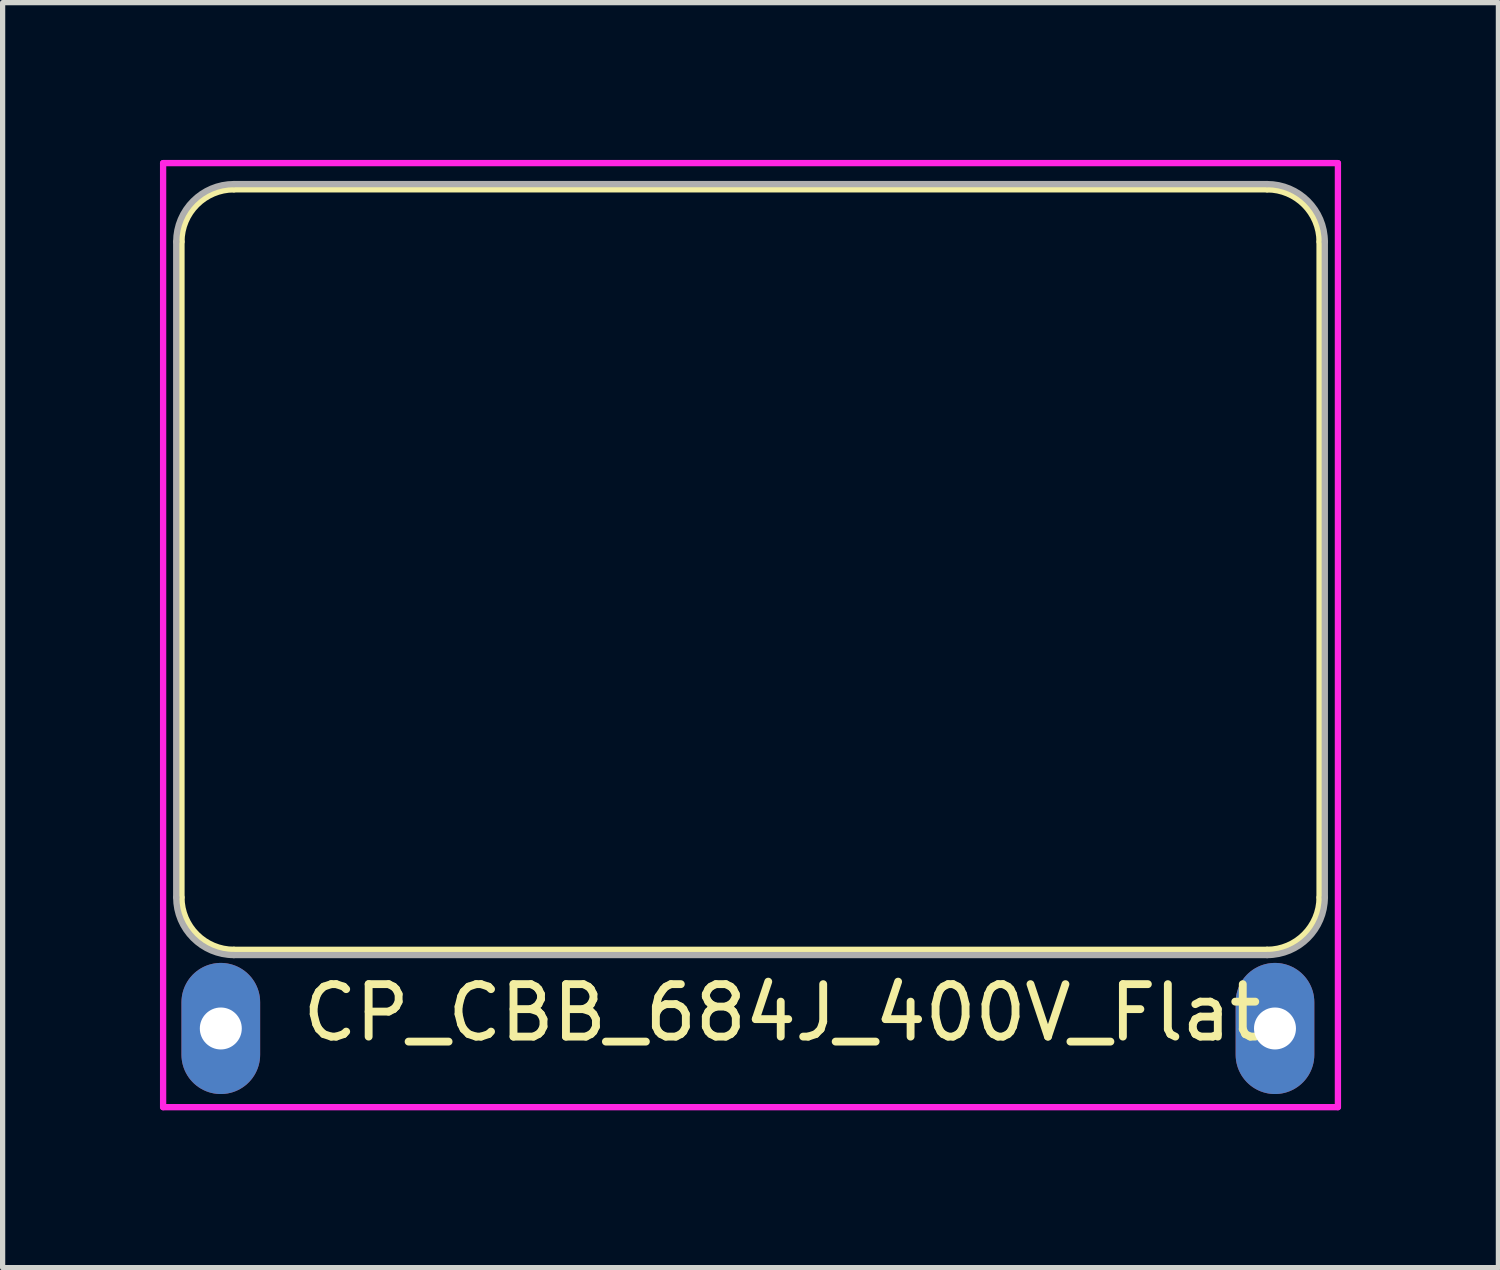
<source format=kicad_pcb>
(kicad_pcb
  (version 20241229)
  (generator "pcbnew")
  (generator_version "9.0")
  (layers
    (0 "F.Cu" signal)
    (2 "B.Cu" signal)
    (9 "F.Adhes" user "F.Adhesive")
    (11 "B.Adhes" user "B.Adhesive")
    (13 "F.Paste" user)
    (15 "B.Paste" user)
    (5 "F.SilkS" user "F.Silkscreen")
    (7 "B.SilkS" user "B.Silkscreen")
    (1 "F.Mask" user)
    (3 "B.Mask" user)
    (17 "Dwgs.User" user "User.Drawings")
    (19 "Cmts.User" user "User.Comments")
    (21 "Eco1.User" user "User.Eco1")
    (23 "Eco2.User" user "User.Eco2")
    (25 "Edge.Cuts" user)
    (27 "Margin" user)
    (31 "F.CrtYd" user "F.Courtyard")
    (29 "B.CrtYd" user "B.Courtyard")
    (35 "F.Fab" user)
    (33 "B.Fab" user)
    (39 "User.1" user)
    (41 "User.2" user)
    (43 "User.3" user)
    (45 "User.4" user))
  (footprint "CP_CBB_684J_400V_Flat"
    (layer "F.Cu")
    (at 11.26 16.66)
    (property "Reference" "CP_CBB_684J_400V_Flat" (at 0.6 -0.4 0) (layer "F.SilkS") (effects (font (size 1 1) (thickness 0.15))))
    (attr through_hole)
    (fp_line (start -10.85 -2.6) (end -10.85 -15.1) (stroke (width 0.12) (type solid)) (layer "F.SilkS"))
    (fp_line (start -9.85 -16.1) (end 9.85 -16.1) (stroke (width 0.12) (type solid)) (layer "F.SilkS"))
    (fp_line (start -9.85 -1.6) (end 9.85 -1.6) (stroke (width 0.12) (type solid)) (layer "F.SilkS"))
    (fp_line (start 10.85 -15.1) (end 10.85 -2.6) (stroke (width 0.12) (type solid)) (layer "F.SilkS"))
    (fp_arc (start -10.85 -15.1) (mid -10.557107 -15.807107) (end -9.85 -16.1) (stroke (width 0.12) (type solid)) (layer "F.SilkS"))
    (fp_arc (start -9.85 -1.6) (mid -10.557107 -1.892893) (end -10.85 -2.6) (stroke (width 0.12) (type solid)) (layer "F.SilkS"))
    (fp_arc (start 9.85 -16.1) (mid 10.557107 -15.807107) (end 10.85 -15.1) (stroke (width 0.12) (type solid)) (layer "F.SilkS"))
    (fp_arc (start 10.85 -2.6) (mid 10.557107 -1.892893) (end 9.85 -1.6) (stroke (width 0.12) (type solid)) (layer "F.SilkS"))
    (fp_line (start -11.2 -16.6) (end 11.2 -16.6) (stroke (width 0.12) (type solid)) (layer "F.CrtYd"))
    (fp_line (start -11.2 1.4) (end -11.2 -16.6) (stroke (width 0.12) (type solid)) (layer "F.CrtYd"))
    (fp_line (start 11.2 -16.6) (end 11.2 1.4) (stroke (width 0.12) (type solid)) (layer "F.CrtYd"))
    (fp_line (start 11.2 1.4) (end -11.2 1.4) (stroke (width 0.12) (type solid)) (layer "F.CrtYd"))
    (fp_line (start -10.95 -2.6) (end -10.95 -15.1) (stroke (width 0.12) (type solid)) (layer "F.Fab"))
    (fp_line (start -9.85 -16.2) (end 9.85 -16.2) (stroke (width 0.12) (type solid)) (layer "F.Fab"))
    (fp_line (start 9.85 -1.5) (end -9.85 -1.5) (stroke (width 0.12) (type solid)) (layer "F.Fab"))
    (fp_line (start 10.95 -15.1) (end 10.95 -2.6) (stroke (width 0.12) (type solid)) (layer "F.Fab"))
    (fp_arc (start -10.95 -15.1) (mid -10.627817 -15.877817) (end -9.85 -16.2) (stroke (width 0.12) (type solid)) (layer "F.Fab"))
    (fp_arc (start -9.85 -1.5) (mid -10.627817 -1.822183) (end -10.95 -2.6) (stroke (width 0.12) (type solid)) (layer "F.Fab"))
    (fp_arc (start 9.85 -16.2) (mid 10.627817 -15.877817) (end 10.95 -15.1) (stroke (width 0.12) (type solid)) (layer "F.Fab"))
    (fp_arc (start 10.95 -2.6) (mid 10.627817 -1.822183) (end 9.85 -1.5) (stroke (width 0.12) (type solid)) (layer "F.Fab"))
    (pad "1" thru_hole oval (at -10.1 -0.1) (size 1.5 2.5) (drill 0.8) (layers "*.Cu" "*.Mask"))
    (pad "2" thru_hole oval (at 10 -0.1) (size 1.5 2.5) (drill 0.8) (layers "*.Cu" "*.Mask")))
  (gr_rect
    (start -3 -3)
    (end 25.52 21.12)
    (stroke (width 0.1) (type default))
    (fill no)
    (layer "Edge.Cuts")))
</source>
